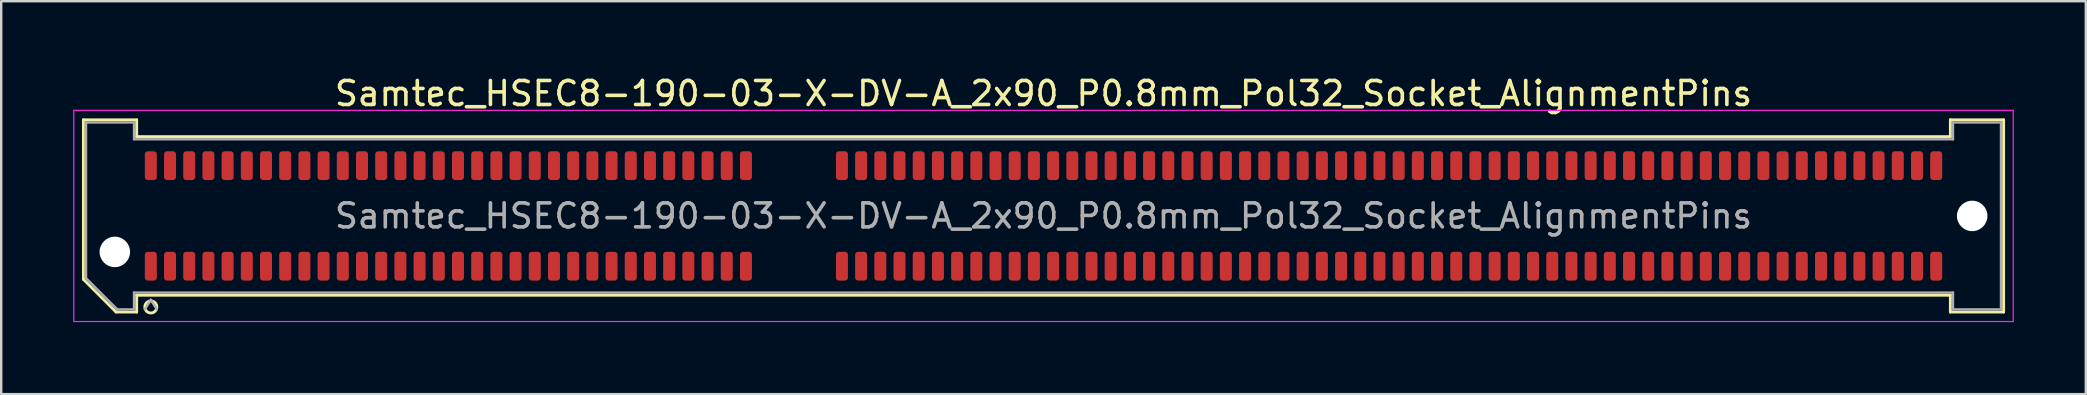
<source format=kicad_pcb>
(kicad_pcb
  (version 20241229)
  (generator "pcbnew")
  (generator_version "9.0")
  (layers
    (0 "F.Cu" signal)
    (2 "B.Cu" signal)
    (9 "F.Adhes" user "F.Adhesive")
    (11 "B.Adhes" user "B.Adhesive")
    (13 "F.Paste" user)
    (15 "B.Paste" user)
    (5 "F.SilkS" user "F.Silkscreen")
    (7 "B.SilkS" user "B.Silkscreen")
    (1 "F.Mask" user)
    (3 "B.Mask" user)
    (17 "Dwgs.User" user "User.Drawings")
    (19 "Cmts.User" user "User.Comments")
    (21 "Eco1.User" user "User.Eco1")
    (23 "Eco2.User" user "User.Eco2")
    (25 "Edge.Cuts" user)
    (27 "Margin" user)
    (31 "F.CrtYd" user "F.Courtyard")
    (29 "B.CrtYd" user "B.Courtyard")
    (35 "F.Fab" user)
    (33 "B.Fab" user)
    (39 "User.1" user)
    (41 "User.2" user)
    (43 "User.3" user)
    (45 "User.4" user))
  (footprint "Samtec_HSEC8-190-03-X-DV-A_2x90_P0.8mm_Pol32_Socket_AlignmentPins"
    (layer "F.Cu")
    (at 40.435 5.948)
    (property "Reference" "Samtec_HSEC8-190-03-X-DV-A_2x90_P0.8mm_Pol32_Socket_AlignmentPins" (at 0 -5.1 0) (layer "F.SilkS") (effects (font (size 1 1) (thickness 0.15))))
    (attr smd)
    (fp_line (start -40.01 -4.005) (end -37.79 -4.005) (stroke (width 0.12) (type solid)) (layer "F.SilkS"))
    (fp_line (start -40.01 2.641) (end -40.01 -4.005) (stroke (width 0.12) (type solid)) (layer "F.SilkS"))
    (fp_line (start -38.646 4.005) (end -40.01 2.641) (stroke (width 0.12) (type solid)) (layer "F.SilkS"))
    (fp_line (start -37.79 -4.005) (end -37.79 -3.305) (stroke (width 0.12) (type solid)) (layer "F.SilkS"))
    (fp_line (start -37.79 -3.305) (end 37.79 -3.305) (stroke (width 0.12) (type solid)) (layer "F.SilkS"))
    (fp_line (start -37.79 3.305) (end -37.79 4.005) (stroke (width 0.12) (type solid)) (layer "F.SilkS"))
    (fp_line (start -37.79 4.005) (end -38.646 4.005) (stroke (width 0.12) (type solid)) (layer "F.SilkS"))
    (fp_line (start 37.79 -4.005) (end 40.01 -4.005) (stroke (width 0.12) (type solid)) (layer "F.SilkS"))
    (fp_line (start 37.79 -3.305) (end 37.79 -4.005) (stroke (width 0.12) (type solid)) (layer "F.SilkS"))
    (fp_line (start 37.79 3.305) (end -37.79 3.305) (stroke (width 0.12) (type solid)) (layer "F.SilkS"))
    (fp_line (start 37.79 4.005) (end 37.79 3.305) (stroke (width 0.12) (type solid)) (layer "F.SilkS"))
    (fp_line (start 40.01 -4.005) (end 40.01 4.005) (stroke (width 0.12) (type solid)) (layer "F.SilkS"))
    (fp_line (start 40.01 4.005) (end 37.79 4.005) (stroke (width 0.12) (type solid)) (layer "F.SilkS"))
    (fp_arc (start -36.95 3.795) (mid -37.45 3.795) (end -36.95 3.795) (stroke (width 0.12) (type solid)) (layer "F.SilkS"))
    (fp_line (start -40.41 -4.4) (end -40.41 4.4) (stroke (width 0.05) (type solid)) (layer "F.CrtYd"))
    (fp_line (start -40.41 4.4) (end 40.41 4.4) (stroke (width 0.05) (type solid)) (layer "F.CrtYd"))
    (fp_line (start 40.41 -4.4) (end -40.41 -4.4) (stroke (width 0.05) (type solid)) (layer "F.CrtYd"))
    (fp_line (start 40.41 4.4) (end 40.41 -4.4) (stroke (width 0.05) (type solid)) (layer "F.CrtYd"))
    (fp_line (start -39.9 -3.895) (end -37.9 -3.895) (stroke (width 0.1) (type solid)) (layer "F.Fab"))
    (fp_line (start -39.9 2.595) (end -39.9 -3.895) (stroke (width 0.1) (type solid)) (layer "F.Fab"))
    (fp_line (start -38.6 3.895) (end -39.9 2.595) (stroke (width 0.1) (type solid)) (layer "F.Fab"))
    (fp_line (start -37.9 -3.895) (end -37.9 -3.195) (stroke (width 0.1) (type solid)) (layer "F.Fab"))
    (fp_line (start -37.9 -3.195) (end 37.9 -3.195) (stroke (width 0.1) (type solid)) (layer "F.Fab"))
    (fp_line (start -37.9 3.195) (end -37.9 3.895) (stroke (width 0.1) (type solid)) (layer "F.Fab"))
    (fp_line (start -37.9 3.895) (end -38.6 3.895) (stroke (width 0.1) (type solid)) (layer "F.Fab"))
    (fp_line (start -37.2 3.495) (end -37.45 3.895) (stroke (width 0.1) (type solid)) (layer "F.Fab"))
    (fp_line (start -37.2 3.495) (end -36.95 3.895) (stroke (width 0.1) (type solid)) (layer "F.Fab"))
    (fp_line (start 37.9 -3.895) (end 39.9 -3.895) (stroke (width 0.1) (type solid)) (layer "F.Fab"))
    (fp_line (start 37.9 -3.195) (end 37.9 -3.895) (stroke (width 0.1) (type solid)) (layer "F.Fab"))
    (fp_line (start 37.9 3.195) (end -37.9 3.195) (stroke (width 0.1) (type solid)) (layer "F.Fab"))
    (fp_line (start 37.9 3.895) (end 37.9 3.195) (stroke (width 0.1) (type solid)) (layer "F.Fab"))
    (fp_line (start 39.9 -3.895) (end 39.9 3.895) (stroke (width 0.1) (type solid)) (layer "F.Fab"))
    (fp_line (start 39.9 3.895) (end 37.9 3.895) (stroke (width 0.1) (type solid)) (layer "F.Fab"))
    (fp_text user "${REFERENCE}" (at 0 0 0) (layer "F.Fab") (effects (font (size 1 1) (thickness 0.15))))
    (pad "" np_thru_hole circle (at -38.7 1.5) (size 1.27 1.27) (drill 1.27) (layers "*.Cu" "*.Mask"))
    (pad "" np_thru_hole circle (at 38.7 0) (size 1.27 1.27) (drill 1.27) (layers "*.Cu" "*.Mask"))
    (pad "1" smd roundrect (at -37.2 2.095) (size 0.5 1.2) (layers "F.Cu" "F.Mask" "F.Paste") (roundrect_rratio 0.25))
    (pad "2" smd roundrect (at -37.2 -2.095) (size 0.5 1.2) (layers "F.Cu" "F.Mask" "F.Paste") (roundrect_rratio 0.25))
    (pad "3" smd roundrect (at -36.4 2.095) (size 0.5 1.2) (layers "F.Cu" "F.Mask" "F.Paste") (roundrect_rratio 0.25))
    (pad "4" smd roundrect (at -36.4 -2.095) (size 0.5 1.2) (layers "F.Cu" "F.Mask" "F.Paste") (roundrect_rratio 0.25))
    (pad "5" smd roundrect (at -35.6 2.095) (size 0.5 1.2) (layers "F.Cu" "F.Mask" "F.Paste") (roundrect_rratio 0.25))
    (pad "6" smd roundrect (at -35.6 -2.095) (size 0.5 1.2) (layers "F.Cu" "F.Mask" "F.Paste") (roundrect_rratio 0.25))
    (pad "7" smd roundrect (at -34.8 2.095) (size 0.5 1.2) (layers "F.Cu" "F.Mask" "F.Paste") (roundrect_rratio 0.25))
    (pad "8" smd roundrect (at -34.8 -2.095) (size 0.5 1.2) (layers "F.Cu" "F.Mask" "F.Paste") (roundrect_rratio 0.25))
    (pad "9" smd roundrect (at -34 2.095) (size 0.5 1.2) (layers "F.Cu" "F.Mask" "F.Paste") (roundrect_rratio 0.25))
    (pad "10" smd roundrect (at -34 -2.095) (size 0.5 1.2) (layers "F.Cu" "F.Mask" "F.Paste") (roundrect_rratio 0.25))
    (pad "11" smd roundrect (at -33.2 2.095) (size 0.5 1.2) (layers "F.Cu" "F.Mask" "F.Paste") (roundrect_rratio 0.25))
    (pad "12" smd roundrect (at -33.2 -2.095) (size 0.5 1.2) (layers "F.Cu" "F.Mask" "F.Paste") (roundrect_rratio 0.25))
    (pad "13" smd roundrect (at -32.4 2.095) (size 0.5 1.2) (layers "F.Cu" "F.Mask" "F.Paste") (roundrect_rratio 0.25))
    (pad "14" smd roundrect (at -32.4 -2.095) (size 0.5 1.2) (layers "F.Cu" "F.Mask" "F.Paste") (roundrect_rratio 0.25))
    (pad "15" smd roundrect (at -31.6 2.095) (size 0.5 1.2) (layers "F.Cu" "F.Mask" "F.Paste") (roundrect_rratio 0.25))
    (pad "16" smd roundrect (at -31.6 -2.095) (size 0.5 1.2) (layers "F.Cu" "F.Mask" "F.Paste") (roundrect_rratio 0.25))
    (pad "17" smd roundrect (at -30.8 2.095) (size 0.5 1.2) (layers "F.Cu" "F.Mask" "F.Paste") (roundrect_rratio 0.25))
    (pad "18" smd roundrect (at -30.8 -2.095) (size 0.5 1.2) (layers "F.Cu" "F.Mask" "F.Paste") (roundrect_rratio 0.25))
    (pad "19" smd roundrect (at -30 2.095) (size 0.5 1.2) (layers "F.Cu" "F.Mask" "F.Paste") (roundrect_rratio 0.25))
    (pad "20" smd roundrect (at -30 -2.095) (size 0.5 1.2) (layers "F.Cu" "F.Mask" "F.Paste") (roundrect_rratio 0.25))
    (pad "21" smd roundrect (at -29.2 2.095) (size 0.5 1.2) (layers "F.Cu" "F.Mask" "F.Paste") (roundrect_rratio 0.25))
    (pad "22" smd roundrect (at -29.2 -2.095) (size 0.5 1.2) (layers "F.Cu" "F.Mask" "F.Paste") (roundrect_rratio 0.25))
    (pad "23" smd roundrect (at -28.4 2.095) (size 0.5 1.2) (layers "F.Cu" "F.Mask" "F.Paste") (roundrect_rratio 0.25))
    (pad "24" smd roundrect (at -28.4 -2.095) (size 0.5 1.2) (layers "F.Cu" "F.Mask" "F.Paste") (roundrect_rratio 0.25))
    (pad "25" smd roundrect (at -27.6 2.095) (size 0.5 1.2) (layers "F.Cu" "F.Mask" "F.Paste") (roundrect_rratio 0.25))
    (pad "26" smd roundrect (at -27.6 -2.095) (size 0.5 1.2) (layers "F.Cu" "F.Mask" "F.Paste") (roundrect_rratio 0.25))
    (pad "27" smd roundrect (at -26.8 2.095) (size 0.5 1.2) (layers "F.Cu" "F.Mask" "F.Paste") (roundrect_rratio 0.25))
    (pad "28" smd roundrect (at -26.8 -2.095) (size 0.5 1.2) (layers "F.Cu" "F.Mask" "F.Paste") (roundrect_rratio 0.25))
    (pad "29" smd roundrect (at -26 2.095) (size 0.5 1.2) (layers "F.Cu" "F.Mask" "F.Paste") (roundrect_rratio 0.25))
    (pad "30" smd roundrect (at -26 -2.095) (size 0.5 1.2) (layers "F.Cu" "F.Mask" "F.Paste") (roundrect_rratio 0.25))
    (pad "31" smd roundrect (at -25.2 2.095) (size 0.5 1.2) (layers "F.Cu" "F.Mask" "F.Paste") (roundrect_rratio 0.25))
    (pad "32" smd roundrect (at -25.2 -2.095) (size 0.5 1.2) (layers "F.Cu" "F.Mask" "F.Paste") (roundrect_rratio 0.25))
    (pad "33" smd roundrect (at -24.4 2.095) (size 0.5 1.2) (layers "F.Cu" "F.Mask" "F.Paste") (roundrect_rratio 0.25))
    (pad "34" smd roundrect (at -24.4 -2.095) (size 0.5 1.2) (layers "F.Cu" "F.Mask" "F.Paste") (roundrect_rratio 0.25))
    (pad "35" smd roundrect (at -23.6 2.095) (size 0.5 1.2) (layers "F.Cu" "F.Mask" "F.Paste") (roundrect_rratio 0.25))
    (pad "36" smd roundrect (at -23.6 -2.095) (size 0.5 1.2) (layers "F.Cu" "F.Mask" "F.Paste") (roundrect_rratio 0.25))
    (pad "37" smd roundrect (at -22.8 2.095) (size 0.5 1.2) (layers "F.Cu" "F.Mask" "F.Paste") (roundrect_rratio 0.25))
    (pad "38" smd roundrect (at -22.8 -2.095) (size 0.5 1.2) (layers "F.Cu" "F.Mask" "F.Paste") (roundrect_rratio 0.25))
    (pad "39" smd roundrect (at -22 2.095) (size 0.5 1.2) (layers "F.Cu" "F.Mask" "F.Paste") (roundrect_rratio 0.25))
    (pad "40" smd roundrect (at -22 -2.095) (size 0.5 1.2) (layers "F.Cu" "F.Mask" "F.Paste") (roundrect_rratio 0.25))
    (pad "41" smd roundrect (at -21.2 2.095) (size 0.5 1.2) (layers "F.Cu" "F.Mask" "F.Paste") (roundrect_rratio 0.25))
    (pad "42" smd roundrect (at -21.2 -2.095) (size 0.5 1.2) (layers "F.Cu" "F.Mask" "F.Paste") (roundrect_rratio 0.25))
    (pad "43" smd roundrect (at -20.4 2.095) (size 0.5 1.2) (layers "F.Cu" "F.Mask" "F.Paste") (roundrect_rratio 0.25))
    (pad "44" smd roundrect (at -20.4 -2.095) (size 0.5 1.2) (layers "F.Cu" "F.Mask" "F.Paste") (roundrect_rratio 0.25))
    (pad "45" smd roundrect (at -19.6 2.095) (size 0.5 1.2) (layers "F.Cu" "F.Mask" "F.Paste") (roundrect_rratio 0.25))
    (pad "46" smd roundrect (at -19.6 -2.095) (size 0.5 1.2) (layers "F.Cu" "F.Mask" "F.Paste") (roundrect_rratio 0.25))
    (pad "47" smd roundrect (at -18.8 2.095) (size 0.5 1.2) (layers "F.Cu" "F.Mask" "F.Paste") (roundrect_rratio 0.25))
    (pad "48" smd roundrect (at -18.8 -2.095) (size 0.5 1.2) (layers "F.Cu" "F.Mask" "F.Paste") (roundrect_rratio 0.25))
    (pad "49" smd roundrect (at -18 2.095) (size 0.5 1.2) (layers "F.Cu" "F.Mask" "F.Paste") (roundrect_rratio 0.25))
    (pad "50" smd roundrect (at -18 -2.095) (size 0.5 1.2) (layers "F.Cu" "F.Mask" "F.Paste") (roundrect_rratio 0.25))
    (pad "51" smd roundrect (at -17.2 2.095) (size 0.5 1.2) (layers "F.Cu" "F.Mask" "F.Paste") (roundrect_rratio 0.25))
    (pad "52" smd roundrect (at -17.2 -2.095) (size 0.5 1.2) (layers "F.Cu" "F.Mask" "F.Paste") (roundrect_rratio 0.25))
    (pad "53" smd roundrect (at -16.4 2.095) (size 0.5 1.2) (layers "F.Cu" "F.Mask" "F.Paste") (roundrect_rratio 0.25))
    (pad "54" smd roundrect (at -16.4 -2.095) (size 0.5 1.2) (layers "F.Cu" "F.Mask" "F.Paste") (roundrect_rratio 0.25))
    (pad "55" smd roundrect (at -15.6 2.095) (size 0.5 1.2) (layers "F.Cu" "F.Mask" "F.Paste") (roundrect_rratio 0.25))
    (pad "56" smd roundrect (at -15.6 -2.095) (size 0.5 1.2) (layers "F.Cu" "F.Mask" "F.Paste") (roundrect_rratio 0.25))
    (pad "57" smd roundrect (at -14.8 2.095) (size 0.5 1.2) (layers "F.Cu" "F.Mask" "F.Paste") (roundrect_rratio 0.25))
    (pad "58" smd roundrect (at -14.8 -2.095) (size 0.5 1.2) (layers "F.Cu" "F.Mask" "F.Paste") (roundrect_rratio 0.25))
    (pad "59" smd roundrect (at -14 2.095) (size 0.5 1.2) (layers "F.Cu" "F.Mask" "F.Paste") (roundrect_rratio 0.25))
    (pad "60" smd roundrect (at -14 -2.095) (size 0.5 1.2) (layers "F.Cu" "F.Mask" "F.Paste") (roundrect_rratio 0.25))
    (pad "61" smd roundrect (at -13.2 2.095) (size 0.5 1.2) (layers "F.Cu" "F.Mask" "F.Paste") (roundrect_rratio 0.25))
    (pad "62" smd roundrect (at -13.2 -2.095) (size 0.5 1.2) (layers "F.Cu" "F.Mask" "F.Paste") (roundrect_rratio 0.25))
    (pad "63" smd roundrect (at -12.4 2.095) (size 0.5 1.2) (layers "F.Cu" "F.Mask" "F.Paste") (roundrect_rratio 0.25))
    (pad "64" smd roundrect (at -12.4 -2.095) (size 0.5 1.2) (layers "F.Cu" "F.Mask" "F.Paste") (roundrect_rratio 0.25))
    (pad "65" smd roundrect (at -8.4 2.095) (size 0.5 1.2) (layers "F.Cu" "F.Mask" "F.Paste") (roundrect_rratio 0.25))
    (pad "66" smd roundrect (at -8.4 -2.095) (size 0.5 1.2) (layers "F.Cu" "F.Mask" "F.Paste") (roundrect_rratio 0.25))
    (pad "67" smd roundrect (at -7.6 2.095) (size 0.5 1.2) (layers "F.Cu" "F.Mask" "F.Paste") (roundrect_rratio 0.25))
    (pad "68" smd roundrect (at -7.6 -2.095) (size 0.5 1.2) (layers "F.Cu" "F.Mask" "F.Paste") (roundrect_rratio 0.25))
    (pad "69" smd roundrect (at -6.8 2.095) (size 0.5 1.2) (layers "F.Cu" "F.Mask" "F.Paste") (roundrect_rratio 0.25))
    (pad "70" smd roundrect (at -6.8 -2.095) (size 0.5 1.2) (layers "F.Cu" "F.Mask" "F.Paste") (roundrect_rratio 0.25))
    (pad "71" smd roundrect (at -6 2.095) (size 0.5 1.2) (layers "F.Cu" "F.Mask" "F.Paste") (roundrect_rratio 0.25))
    (pad "72" smd roundrect (at -6 -2.095) (size 0.5 1.2) (layers "F.Cu" "F.Mask" "F.Paste") (roundrect_rratio 0.25))
    (pad "73" smd roundrect (at -5.2 2.095) (size 0.5 1.2) (layers "F.Cu" "F.Mask" "F.Paste") (roundrect_rratio 0.25))
    (pad "74" smd roundrect (at -5.2 -2.095) (size 0.5 1.2) (layers "F.Cu" "F.Mask" "F.Paste") (roundrect_rratio 0.25))
    (pad "75" smd roundrect (at -4.4 2.095) (size 0.5 1.2) (layers "F.Cu" "F.Mask" "F.Paste") (roundrect_rratio 0.25))
    (pad "76" smd roundrect (at -4.4 -2.095) (size 0.5 1.2) (layers "F.Cu" "F.Mask" "F.Paste") (roundrect_rratio 0.25))
    (pad "77" smd roundrect (at -3.6 2.095) (size 0.5 1.2) (layers "F.Cu" "F.Mask" "F.Paste") (roundrect_rratio 0.25))
    (pad "78" smd roundrect (at -3.6 -2.095) (size 0.5 1.2) (layers "F.Cu" "F.Mask" "F.Paste") (roundrect_rratio 0.25))
    (pad "79" smd roundrect (at -2.8 2.095) (size 0.5 1.2) (layers "F.Cu" "F.Mask" "F.Paste") (roundrect_rratio 0.25))
    (pad "80" smd roundrect (at -2.8 -2.095) (size 0.5 1.2) (layers "F.Cu" "F.Mask" "F.Paste") (roundrect_rratio 0.25))
    (pad "81" smd roundrect (at -2 2.095) (size 0.5 1.2) (layers "F.Cu" "F.Mask" "F.Paste") (roundrect_rratio 0.25))
    (pad "82" smd roundrect (at -2 -2.095) (size 0.5 1.2) (layers "F.Cu" "F.Mask" "F.Paste") (roundrect_rratio 0.25))
    (pad "83" smd roundrect (at -1.2 2.095) (size 0.5 1.2) (layers "F.Cu" "F.Mask" "F.Paste") (roundrect_rratio 0.25))
    (pad "84" smd roundrect (at -1.2 -2.095) (size 0.5 1.2) (layers "F.Cu" "F.Mask" "F.Paste") (roundrect_rratio 0.25))
    (pad "85" smd roundrect (at -0.4 2.095) (size 0.5 1.2) (layers "F.Cu" "F.Mask" "F.Paste") (roundrect_rratio 0.25))
    (pad "86" smd roundrect (at -0.4 -2.095) (size 0.5 1.2) (layers "F.Cu" "F.Mask" "F.Paste") (roundrect_rratio 0.25))
    (pad "87" smd roundrect (at 0.4 2.095) (size 0.5 1.2) (layers "F.Cu" "F.Mask" "F.Paste") (roundrect_rratio 0.25))
    (pad "88" smd roundrect (at 0.4 -2.095) (size 0.5 1.2) (layers "F.Cu" "F.Mask" "F.Paste") (roundrect_rratio 0.25))
    (pad "89" smd roundrect (at 1.2 2.095) (size 0.5 1.2) (layers "F.Cu" "F.Mask" "F.Paste") (roundrect_rratio 0.25))
    (pad "90" smd roundrect (at 1.2 -2.095) (size 0.5 1.2) (layers "F.Cu" "F.Mask" "F.Paste") (roundrect_rratio 0.25))
    (pad "91" smd roundrect (at 2 2.095) (size 0.5 1.2) (layers "F.Cu" "F.Mask" "F.Paste") (roundrect_rratio 0.25))
    (pad "92" smd roundrect (at 2 -2.095) (size 0.5 1.2) (layers "F.Cu" "F.Mask" "F.Paste") (roundrect_rratio 0.25))
    (pad "93" smd roundrect (at 2.8 2.095) (size 0.5 1.2) (layers "F.Cu" "F.Mask" "F.Paste") (roundrect_rratio 0.25))
    (pad "94" smd roundrect (at 2.8 -2.095) (size 0.5 1.2) (layers "F.Cu" "F.Mask" "F.Paste") (roundrect_rratio 0.25))
    (pad "95" smd roundrect (at 3.6 2.095) (size 0.5 1.2) (layers "F.Cu" "F.Mask" "F.Paste") (roundrect_rratio 0.25))
    (pad "96" smd roundrect (at 3.6 -2.095) (size 0.5 1.2) (layers "F.Cu" "F.Mask" "F.Paste") (roundrect_rratio 0.25))
    (pad "97" smd roundrect (at 4.4 2.095) (size 0.5 1.2) (layers "F.Cu" "F.Mask" "F.Paste") (roundrect_rratio 0.25))
    (pad "98" smd roundrect (at 4.4 -2.095) (size 0.5 1.2) (layers "F.Cu" "F.Mask" "F.Paste") (roundrect_rratio 0.25))
    (pad "99" smd roundrect (at 5.2 2.095) (size 0.5 1.2) (layers "F.Cu" "F.Mask" "F.Paste") (roundrect_rratio 0.25))
    (pad "100" smd roundrect (at 5.2 -2.095) (size 0.5 1.2) (layers "F.Cu" "F.Mask" "F.Paste") (roundrect_rratio 0.25))
    (pad "101" smd roundrect (at 6 2.095) (size 0.5 1.2) (layers "F.Cu" "F.Mask" "F.Paste") (roundrect_rratio 0.25))
    (pad "102" smd roundrect (at 6 -2.095) (size 0.5 1.2) (layers "F.Cu" "F.Mask" "F.Paste") (roundrect_rratio 0.25))
    (pad "103" smd roundrect (at 6.8 2.095) (size 0.5 1.2) (layers "F.Cu" "F.Mask" "F.Paste") (roundrect_rratio 0.25))
    (pad "104" smd roundrect (at 6.8 -2.095) (size 0.5 1.2) (layers "F.Cu" "F.Mask" "F.Paste") (roundrect_rratio 0.25))
    (pad "105" smd roundrect (at 7.6 2.095) (size 0.5 1.2) (layers "F.Cu" "F.Mask" "F.Paste") (roundrect_rratio 0.25))
    (pad "106" smd roundrect (at 7.6 -2.095) (size 0.5 1.2) (layers "F.Cu" "F.Mask" "F.Paste") (roundrect_rratio 0.25))
    (pad "107" smd roundrect (at 8.4 2.095) (size 0.5 1.2) (layers "F.Cu" "F.Mask" "F.Paste") (roundrect_rratio 0.25))
    (pad "108" smd roundrect (at 8.4 -2.095) (size 0.5 1.2) (layers "F.Cu" "F.Mask" "F.Paste") (roundrect_rratio 0.25))
    (pad "109" smd roundrect (at 9.2 2.095) (size 0.5 1.2) (layers "F.Cu" "F.Mask" "F.Paste") (roundrect_rratio 0.25))
    (pad "110" smd roundrect (at 9.2 -2.095) (size 0.5 1.2) (layers "F.Cu" "F.Mask" "F.Paste") (roundrect_rratio 0.25))
    (pad "111" smd roundrect (at 10 2.095) (size 0.5 1.2) (layers "F.Cu" "F.Mask" "F.Paste") (roundrect_rratio 0.25))
    (pad "112" smd roundrect (at 10 -2.095) (size 0.5 1.2) (layers "F.Cu" "F.Mask" "F.Paste") (roundrect_rratio 0.25))
    (pad "113" smd roundrect (at 10.8 2.095) (size 0.5 1.2) (layers "F.Cu" "F.Mask" "F.Paste") (roundrect_rratio 0.25))
    (pad "114" smd roundrect (at 10.8 -2.095) (size 0.5 1.2) (layers "F.Cu" "F.Mask" "F.Paste") (roundrect_rratio 0.25))
    (pad "115" smd roundrect (at 11.6 2.095) (size 0.5 1.2) (layers "F.Cu" "F.Mask" "F.Paste") (roundrect_rratio 0.25))
    (pad "116" smd roundrect (at 11.6 -2.095) (size 0.5 1.2) (layers "F.Cu" "F.Mask" "F.Paste") (roundrect_rratio 0.25))
    (pad "117" smd roundrect (at 12.4 2.095) (size 0.5 1.2) (layers "F.Cu" "F.Mask" "F.Paste") (roundrect_rratio 0.25))
    (pad "118" smd roundrect (at 12.4 -2.095) (size 0.5 1.2) (layers "F.Cu" "F.Mask" "F.Paste") (roundrect_rratio 0.25))
    (pad "119" smd roundrect (at 13.2 2.095) (size 0.5 1.2) (layers "F.Cu" "F.Mask" "F.Paste") (roundrect_rratio 0.25))
    (pad "120" smd roundrect (at 13.2 -2.095) (size 0.5 1.2) (layers "F.Cu" "F.Mask" "F.Paste") (roundrect_rratio 0.25))
    (pad "121" smd roundrect (at 14 2.095) (size 0.5 1.2) (layers "F.Cu" "F.Mask" "F.Paste") (roundrect_rratio 0.25))
    (pad "122" smd roundrect (at 14 -2.095) (size 0.5 1.2) (layers "F.Cu" "F.Mask" "F.Paste") (roundrect_rratio 0.25))
    (pad "123" smd roundrect (at 14.8 2.095) (size 0.5 1.2) (layers "F.Cu" "F.Mask" "F.Paste") (roundrect_rratio 0.25))
    (pad "124" smd roundrect (at 14.8 -2.095) (size 0.5 1.2) (layers "F.Cu" "F.Mask" "F.Paste") (roundrect_rratio 0.25))
    (pad "125" smd roundrect (at 15.6 2.095) (size 0.5 1.2) (layers "F.Cu" "F.Mask" "F.Paste") (roundrect_rratio 0.25))
    (pad "126" smd roundrect (at 15.6 -2.095) (size 0.5 1.2) (layers "F.Cu" "F.Mask" "F.Paste") (roundrect_rratio 0.25))
    (pad "127" smd roundrect (at 16.4 2.095) (size 0.5 1.2) (layers "F.Cu" "F.Mask" "F.Paste") (roundrect_rratio 0.25))
    (pad "128" smd roundrect (at 16.4 -2.095) (size 0.5 1.2) (layers "F.Cu" "F.Mask" "F.Paste") (roundrect_rratio 0.25))
    (pad "129" smd roundrect (at 17.2 2.095) (size 0.5 1.2) (layers "F.Cu" "F.Mask" "F.Paste") (roundrect_rratio 0.25))
    (pad "130" smd roundrect (at 17.2 -2.095) (size 0.5 1.2) (layers "F.Cu" "F.Mask" "F.Paste") (roundrect_rratio 0.25))
    (pad "131" smd roundrect (at 18 2.095) (size 0.5 1.2) (layers "F.Cu" "F.Mask" "F.Paste") (roundrect_rratio 0.25))
    (pad "132" smd roundrect (at 18 -2.095) (size 0.5 1.2) (layers "F.Cu" "F.Mask" "F.Paste") (roundrect_rratio 0.25))
    (pad "133" smd roundrect (at 18.8 2.095) (size 0.5 1.2) (layers "F.Cu" "F.Mask" "F.Paste") (roundrect_rratio 0.25))
    (pad "134" smd roundrect (at 18.8 -2.095) (size 0.5 1.2) (layers "F.Cu" "F.Mask" "F.Paste") (roundrect_rratio 0.25))
    (pad "135" smd roundrect (at 19.6 2.095) (size 0.5 1.2) (layers "F.Cu" "F.Mask" "F.Paste") (roundrect_rratio 0.25))
    (pad "136" smd roundrect (at 19.6 -2.095) (size 0.5 1.2) (layers "F.Cu" "F.Mask" "F.Paste") (roundrect_rratio 0.25))
    (pad "137" smd roundrect (at 20.4 2.095) (size 0.5 1.2) (layers "F.Cu" "F.Mask" "F.Paste") (roundrect_rratio 0.25))
    (pad "138" smd roundrect (at 20.4 -2.095) (size 0.5 1.2) (layers "F.Cu" "F.Mask" "F.Paste") (roundrect_rratio 0.25))
    (pad "139" smd roundrect (at 21.2 2.095) (size 0.5 1.2) (layers "F.Cu" "F.Mask" "F.Paste") (roundrect_rratio 0.25))
    (pad "140" smd roundrect (at 21.2 -2.095) (size 0.5 1.2) (layers "F.Cu" "F.Mask" "F.Paste") (roundrect_rratio 0.25))
    (pad "141" smd roundrect (at 22 2.095) (size 0.5 1.2) (layers "F.Cu" "F.Mask" "F.Paste") (roundrect_rratio 0.25))
    (pad "142" smd roundrect (at 22 -2.095) (size 0.5 1.2) (layers "F.Cu" "F.Mask" "F.Paste") (roundrect_rratio 0.25))
    (pad "143" smd roundrect (at 22.8 2.095) (size 0.5 1.2) (layers "F.Cu" "F.Mask" "F.Paste") (roundrect_rratio 0.25))
    (pad "144" smd roundrect (at 22.8 -2.095) (size 0.5 1.2) (layers "F.Cu" "F.Mask" "F.Paste") (roundrect_rratio 0.25))
    (pad "145" smd roundrect (at 23.6 2.095) (size 0.5 1.2) (layers "F.Cu" "F.Mask" "F.Paste") (roundrect_rratio 0.25))
    (pad "146" smd roundrect (at 23.6 -2.095) (size 0.5 1.2) (layers "F.Cu" "F.Mask" "F.Paste") (roundrect_rratio 0.25))
    (pad "147" smd roundrect (at 24.4 2.095) (size 0.5 1.2) (layers "F.Cu" "F.Mask" "F.Paste") (roundrect_rratio 0.25))
    (pad "148" smd roundrect (at 24.4 -2.095) (size 0.5 1.2) (layers "F.Cu" "F.Mask" "F.Paste") (roundrect_rratio 0.25))
    (pad "149" smd roundrect (at 25.2 2.095) (size 0.5 1.2) (layers "F.Cu" "F.Mask" "F.Paste") (roundrect_rratio 0.25))
    (pad "150" smd roundrect (at 25.2 -2.095) (size 0.5 1.2) (layers "F.Cu" "F.Mask" "F.Paste") (roundrect_rratio 0.25))
    (pad "151" smd roundrect (at 26 2.095) (size 0.5 1.2) (layers "F.Cu" "F.Mask" "F.Paste") (roundrect_rratio 0.25))
    (pad "152" smd roundrect (at 26 -2.095) (size 0.5 1.2) (layers "F.Cu" "F.Mask" "F.Paste") (roundrect_rratio 0.25))
    (pad "153" smd roundrect (at 26.8 2.095) (size 0.5 1.2) (layers "F.Cu" "F.Mask" "F.Paste") (roundrect_rratio 0.25))
    (pad "154" smd roundrect (at 26.8 -2.095) (size 0.5 1.2) (layers "F.Cu" "F.Mask" "F.Paste") (roundrect_rratio 0.25))
    (pad "155" smd roundrect (at 27.6 2.095) (size 0.5 1.2) (layers "F.Cu" "F.Mask" "F.Paste") (roundrect_rratio 0.25))
    (pad "156" smd roundrect (at 27.6 -2.095) (size 0.5 1.2) (layers "F.Cu" "F.Mask" "F.Paste") (roundrect_rratio 0.25))
    (pad "157" smd roundrect (at 28.4 2.095) (size 0.5 1.2) (layers "F.Cu" "F.Mask" "F.Paste") (roundrect_rratio 0.25))
    (pad "158" smd roundrect (at 28.4 -2.095) (size 0.5 1.2) (layers "F.Cu" "F.Mask" "F.Paste") (roundrect_rratio 0.25))
    (pad "159" smd roundrect (at 29.2 2.095) (size 0.5 1.2) (layers "F.Cu" "F.Mask" "F.Paste") (roundrect_rratio 0.25))
    (pad "160" smd roundrect (at 29.2 -2.095) (size 0.5 1.2) (layers "F.Cu" "F.Mask" "F.Paste") (roundrect_rratio 0.25))
    (pad "161" smd roundrect (at 30 2.095) (size 0.5 1.2) (layers "F.Cu" "F.Mask" "F.Paste") (roundrect_rratio 0.25))
    (pad "162" smd roundrect (at 30 -2.095) (size 0.5 1.2) (layers "F.Cu" "F.Mask" "F.Paste") (roundrect_rratio 0.25))
    (pad "163" smd roundrect (at 30.8 2.095) (size 0.5 1.2) (layers "F.Cu" "F.Mask" "F.Paste") (roundrect_rratio 0.25))
    (pad "164" smd roundrect (at 30.8 -2.095) (size 0.5 1.2) (layers "F.Cu" "F.Mask" "F.Paste") (roundrect_rratio 0.25))
    (pad "165" smd roundrect (at 31.6 2.095) (size 0.5 1.2) (layers "F.Cu" "F.Mask" "F.Paste") (roundrect_rratio 0.25))
    (pad "166" smd roundrect (at 31.6 -2.095) (size 0.5 1.2) (layers "F.Cu" "F.Mask" "F.Paste") (roundrect_rratio 0.25))
    (pad "167" smd roundrect (at 32.4 2.095) (size 0.5 1.2) (layers "F.Cu" "F.Mask" "F.Paste") (roundrect_rratio 0.25))
    (pad "168" smd roundrect (at 32.4 -2.095) (size 0.5 1.2) (layers "F.Cu" "F.Mask" "F.Paste") (roundrect_rratio 0.25))
    (pad "169" smd roundrect (at 33.2 2.095) (size 0.5 1.2) (layers "F.Cu" "F.Mask" "F.Paste") (roundrect_rratio 0.25))
    (pad "170" smd roundrect (at 33.2 -2.095) (size 0.5 1.2) (layers "F.Cu" "F.Mask" "F.Paste") (roundrect_rratio 0.25))
    (pad "171" smd roundrect (at 34 2.095) (size 0.5 1.2) (layers "F.Cu" "F.Mask" "F.Paste") (roundrect_rratio 0.25))
    (pad "172" smd roundrect (at 34 -2.095) (size 0.5 1.2) (layers "F.Cu" "F.Mask" "F.Paste") (roundrect_rratio 0.25))
    (pad "173" smd roundrect (at 34.8 2.095) (size 0.5 1.2) (layers "F.Cu" "F.Mask" "F.Paste") (roundrect_rratio 0.25))
    (pad "174" smd roundrect (at 34.8 -2.095) (size 0.5 1.2) (layers "F.Cu" "F.Mask" "F.Paste") (roundrect_rratio 0.25))
    (pad "175" smd roundrect (at 35.6 2.095) (size 0.5 1.2) (layers "F.Cu" "F.Mask" "F.Paste") (roundrect_rratio 0.25))
    (pad "176" smd roundrect (at 35.6 -2.095) (size 0.5 1.2) (layers "F.Cu" "F.Mask" "F.Paste") (roundrect_rratio 0.25))
    (pad "177" smd roundrect (at 36.4 2.095) (size 0.5 1.2) (layers "F.Cu" "F.Mask" "F.Paste") (roundrect_rratio 0.25))
    (pad "178" smd roundrect (at 36.4 -2.095) (size 0.5 1.2) (layers "F.Cu" "F.Mask" "F.Paste") (roundrect_rratio 0.25))
    (pad "179" smd roundrect (at 37.2 2.095) (size 0.5 1.2) (layers "F.Cu" "F.Mask" "F.Paste") (roundrect_rratio 0.25))
    (pad "180" smd roundrect (at 37.2 -2.095) (size 0.5 1.2) (layers "F.Cu" "F.Mask" "F.Paste") (roundrect_rratio 0.25)))
  (gr_rect
    (start -3 -3)
    (end 83.87 13.373)
    (stroke (width 0.1) (type default))
    (fill no)
    (layer "Edge.Cuts")))
</source>
